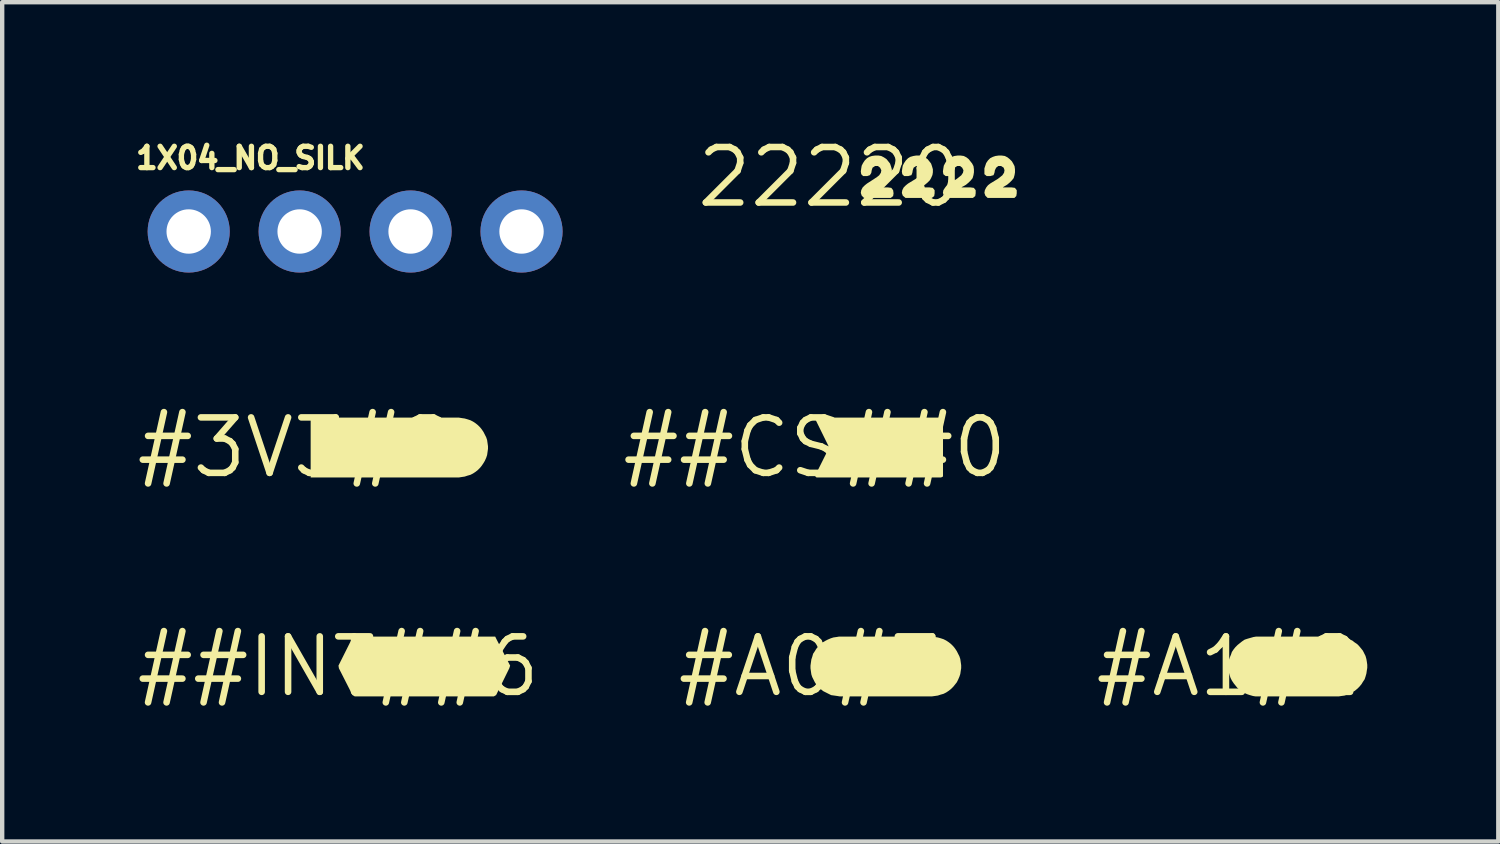
<source format=kicad_pcb>
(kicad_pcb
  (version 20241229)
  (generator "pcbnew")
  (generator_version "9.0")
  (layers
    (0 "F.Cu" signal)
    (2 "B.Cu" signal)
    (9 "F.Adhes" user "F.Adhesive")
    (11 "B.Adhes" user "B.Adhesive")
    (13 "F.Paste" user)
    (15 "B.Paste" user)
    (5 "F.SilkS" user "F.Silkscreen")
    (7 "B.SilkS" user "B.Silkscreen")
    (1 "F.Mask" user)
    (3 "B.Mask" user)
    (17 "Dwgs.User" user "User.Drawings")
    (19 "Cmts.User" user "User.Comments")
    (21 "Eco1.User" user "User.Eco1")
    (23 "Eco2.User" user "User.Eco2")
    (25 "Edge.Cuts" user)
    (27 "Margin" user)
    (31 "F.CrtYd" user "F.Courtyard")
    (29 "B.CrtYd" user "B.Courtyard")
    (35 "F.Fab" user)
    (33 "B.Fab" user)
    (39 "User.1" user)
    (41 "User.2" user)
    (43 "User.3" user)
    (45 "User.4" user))
  (footprint "##CS##0"
    (layer "F.Cu")
    (at 15.604 7.196)
    (property "Reference" "##CS##0" (at 0 0 0) (layer "F.SilkS") (effects (font (size 1.27 1.27) (thickness 0.15))))
    (fp_poly (pts (xy 2.935 -0.631) (xy 2.935 0.663) (xy 2.891 0.685) (xy 0.038 0.685) (xy 0.004 0.651) (xy 0.305 0.048) (xy 0.325 -0.01) (xy 0.026 -0.618) (xy -0.008 -0.685) (xy 2.913 -0.685)) (stroke (width 0) (type solid)) (fill yes) (layer "F.SilkS")))
  (footprint "#A1#2"
    (layer "F.Cu")
    (at 25.077 12.209)
    (property "Reference" "#A1#2" (at 0 0 0) (layer "F.SilkS") (effects (font (size 1.27 1.27) (thickness 0.15))))
    (fp_poly (pts (xy 0.559 0.675) (xy 0.489 0.655) (xy 0.428 0.635) (xy 0.358 0.604) (xy 0.307 0.574) (xy 0.247 0.534) (xy 0.196 0.483) (xy 0.156 0.433) (xy 0.116 0.383) (xy 0.076 0.323) (xy 0.045 0.262) (xy 0.025 0.201) (xy 0.005 0.131) (xy -0.005 0.06) (xy -0.005 -0.07) (xy 0.005 -0.141) (xy 0.025 -0.202) (xy 0.055 -0.272) (xy 0.075 -0.332) (xy 0.116 -0.393) (xy 0.156 -0.443) (xy 0.207 -0.494) (xy 0.257 -0.534) (xy 0.307 -0.574) (xy 0.368 -0.615) (xy 0.429 -0.635) (xy 0.499 -0.655) (xy 0.569 -0.675) (xy 0.63 -0.685) (xy 2.5 -0.685) (xy 2.571 -0.675) (xy 2.641 -0.665) (xy 2.702 -0.645) (xy 2.762 -0.625) (xy 2.833 -0.594) (xy 2.883 -0.554) (xy 2.943 -0.514) (xy 2.984 -0.473) (xy 3.034 -0.413) (xy 3.074 -0.363) (xy 3.135 -0.242) (xy 3.155 -0.171) (xy 3.165 -0.111) (xy 3.175 -0.04) (xy 3.175 0.03) (xy 3.165 0.091) (xy 3.155 0.161) (xy 3.135 0.231) (xy 3.115 0.292) (xy 3.074 0.353) (xy 3.044 0.403) (xy 2.994 0.463) (xy 2.953 0.504) (xy 2.893 0.554) (xy 2.842 0.584) (xy 2.782 0.615) (xy 2.712 0.645) (xy 2.651 0.665) (xy 2.581 0.675) (xy 2.52 0.685) (xy 0.62 0.685)) (stroke (width 0) (type solid)) (fill yes) (layer "F.SilkS")))
  (footprint "##INT##6"
    (layer "F.Cu")
    (at 4.694 12.209)
    (property "Reference" "##INT##6" (at 0 0 0) (layer "F.SilkS") (effects (font (size 1.27 1.27) (thickness 0.15))))
    (fp_poly (pts (xy 3.624 -0.622) (xy 3.935 -0.02) (xy 3.915 0.042) (xy 3.614 0.654) (xy 3.561 0.685) (xy 0.379 0.685) (xy 0.326 0.654) (xy 0.015 0.042) (xy 0.005 -0.021) (xy 0.337 -0.685) (xy 3.593 -0.685)) (stroke (width 0) (type solid)) (fill yes) (layer "F.SilkS")))
  (footprint "#A0#3"
    (layer "F.Cu")
    (at 15.51 12.209)
    (property "Reference" "#A0#3" (at 0 0 0) (layer "F.SilkS") (effects (font (size 1.27 1.27) (thickness 0.15))))
    (fp_poly (pts (xy 2.851 -0.675) (xy 2.911 -0.665) (xy 2.981 -0.645) (xy 3.042 -0.625) (xy 3.103 -0.594) (xy 3.163 -0.554) (xy 3.213 -0.514) (xy 3.264 -0.463) (xy 3.304 -0.413) (xy 3.344 -0.353) (xy 3.405 -0.232) (xy 3.425 -0.171) (xy 3.435 -0.101) (xy 3.445 -0.03) (xy 3.445 0.04) (xy 3.435 0.101) (xy 3.425 0.171) (xy 3.405 0.232) (xy 3.375 0.302) (xy 3.344 0.363) (xy 3.304 0.413) (xy 3.264 0.463) (xy 3.213 0.514) (xy 3.163 0.554) (xy 3.103 0.594) (xy 3.042 0.625) (xy 2.971 0.645) (xy 2.911 0.665) (xy 2.841 0.675) (xy 2.77 0.685) (xy 0.673 0.685) (xy 0.672 0.685) (xy 0.67 0.685) (xy 0.66 0.685) (xy 0.661 0.684) (xy 0.609 0.675) (xy 0.539 0.665) (xy 0.468 0.655) (xy 0.287 0.564) (xy 0.237 0.524) (xy 0.186 0.474) (xy 0.136 0.423) (xy 0.096 0.363) (xy 0.035 0.242) (xy 0.015 0.181) (xy 0.005 0.111) (xy -0.005 0.04) (xy -0.005 -0.02) (xy 0.005 -0.091) (xy 0.015 -0.161) (xy 0.035 -0.221) (xy 0.055 -0.292) (xy 0.096 -0.353) (xy 0.126 -0.403) (xy 0.176 -0.463) (xy 0.217 -0.504) (xy 0.277 -0.554) (xy 0.328 -0.584) (xy 0.388 -0.615) (xy 0.458 -0.645) (xy 0.519 -0.665) (xy 0.589 -0.675) (xy 0.65 -0.685) (xy 2.78 -0.685)) (stroke (width 0) (type solid)) (fill yes) (layer "F.SilkS")))
  (footprint "1X04_NO_SILK"
    (layer "F.Cu")
    (at 1.27 2.25)
    (property "Reference" "1X04_NO_SILK" (at -1.27 -1.397 0) (layer "F.SilkS") (effects (font (size 0.488 0.488) (thickness 0.122)) (justify left bottom)))
    (fp_poly (pts (xy -0.254 0.254) (xy 0.254 0.254) (xy 0.254 -0.254) (xy -0.254 -0.254)) (stroke (width 0.1) (type solid)) (fill no) (layer "F.Fab"))
    (fp_poly (pts (xy 2.286 0.254) (xy 2.794 0.254) (xy 2.794 -0.254) (xy 2.286 -0.254)) (stroke (width 0.1) (type solid)) (fill no) (layer "F.Fab"))
    (fp_poly (pts (xy 4.826 0.254) (xy 5.334 0.254) (xy 5.334 -0.254) (xy 4.826 -0.254)) (stroke (width 0.1) (type solid)) (fill no) (layer "F.Fab"))
    (fp_poly (pts (xy 7.366 0.254) (xy 7.874 0.254) (xy 7.874 -0.254) (xy 7.366 -0.254)) (stroke (width 0.1) (type solid)) (fill no) (layer "F.Fab"))
    (pad "1" thru_hole circle (at 0 0 90) (size 1.88 1.88) (drill 1.016) (layers "*.Cu" "*.Mask"))
    (pad "2" thru_hole circle (at 2.54 0 90) (size 1.88 1.88) (drill 1.016) (layers "*.Cu" "*.Mask"))
    (pad "3" thru_hole circle (at 5.08 0 90) (size 1.88 1.88) (drill 1.016) (layers "*.Cu" "*.Mask"))
    (pad "4" thru_hole circle (at 7.62 0 90) (size 1.88 1.88) (drill 1.016) (layers "*.Cu" "*.Mask")))
  (footprint "#3V3#2"
    (layer "F.Cu")
    (at 3.727 7.196)
    (property "Reference" "#3V3#2" (at 0 0 0) (layer "F.SilkS") (effects (font (size 1.27 1.27) (thickness 0.15))))
    (fp_poly (pts (xy 3.791 -0.675) (xy 3.861 -0.665) (xy 3.931 -0.645) (xy 3.992 -0.625) (xy 4.053 -0.594) (xy 4.113 -0.554) (xy 4.163 -0.514) (xy 4.214 -0.463) (xy 4.254 -0.413) (xy 4.294 -0.353) (xy 4.355 -0.232) (xy 4.375 -0.171) (xy 4.385 -0.101) (xy 4.395 -0.03) (xy 4.395 0.03) (xy 4.385 0.101) (xy 4.375 0.171) (xy 4.355 0.232) (xy 4.324 0.302) (xy 4.294 0.353) (xy 4.254 0.413) (xy 4.214 0.463) (xy 4.163 0.514) (xy 4.113 0.554) (xy 4.053 0.594) (xy 3.992 0.625) (xy 3.921 0.645) (xy 3.861 0.665) (xy 3.791 0.675) (xy 3.73 0.685) (xy 0.335 0.685) (xy 0.335 -0.685) (xy 3.73 -0.685)) (stroke (width 0) (type solid)) (fill yes) (layer "F.SilkS")))
  (footprint "22220"
    (layer "F.Cu")
    (at 15.952 1.006)
    (property "Reference" "22220" (at 0 0 0) (layer "F.SilkS") (effects (font (size 1.27 1.27) (thickness 0.15))))
    (fp_poly (pts (xy 4.002 -0.485) (xy 4.063 -0.454) (xy 4.113 -0.414) (xy 4.164 -0.363) (xy 4.194 -0.312) (xy 4.225 -0.252) (xy 4.235 -0.18) (xy 4.235 -0.11) (xy 4.225 -0.049) (xy 4.205 0.022) (xy 4.164 0.073) (xy 4.113 0.124) (xy 4.053 0.174) (xy 4.003 0.204) (xy 3.958 0.231) (xy 3.962 0.235) (xy 4.16 0.235) (xy 4.233 0.245) (xy 4.275 0.298) (xy 4.275 0.37) (xy 4.265 0.432) (xy 4.222 0.475) (xy 3.608 0.475) (xy 3.556 0.423) (xy 3.535 0.36) (xy 3.545 0.298) (xy 3.576 0.237) (xy 3.616 0.186) (xy 3.667 0.146) (xy 3.847 0.036) (xy 3.946 -0.043) (xy 3.985 -0.102) (xy 3.995 -0.16) (xy 3.976 -0.217) (xy 3.918 -0.255) (xy 3.852 -0.255) (xy 3.804 -0.217) (xy 3.775 -0.158) (xy 3.765 -0.099) (xy 3.744 -0.046) (xy 3.671 -0.025) (xy 3.588 -0.025) (xy 3.535 -0.068) (xy 3.535 -0.201) (xy 3.555 -0.262) (xy 3.575 -0.322) (xy 3.616 -0.383) (xy 3.667 -0.434) (xy 3.728 -0.465) (xy 3.789 -0.485) (xy 3.86 -0.495) (xy 3.93 -0.495)) (stroke (width 0) (type solid)) (fill yes) (layer "F.SilkS"))
    (fp_poly (pts (xy 2.112 -0.485) (xy 2.173 -0.454) (xy 2.233 -0.414) (xy 2.274 -0.363) (xy 2.314 -0.312) (xy 2.335 -0.251) (xy 2.355 -0.181) (xy 2.355 -0.11) (xy 2.345 -0.049) (xy 2.314 0.022) (xy 2.284 0.073) (xy 2.233 0.124) (xy 2.173 0.174) (xy 2.112 0.204) (xy 2.068 0.231) (xy 2.072 0.235) (xy 2.28 0.235) (xy 2.353 0.245) (xy 2.395 0.298) (xy 2.395 0.37) (xy 2.385 0.433) (xy 2.332 0.475) (xy 1.728 0.475) (xy 1.666 0.423) (xy 1.645 0.36) (xy 1.655 0.298) (xy 1.686 0.237) (xy 1.737 0.186) (xy 1.787 0.146) (xy 1.967 0.036) (xy 2.066 -0.043) (xy 2.105 -0.102) (xy 2.115 -0.159) (xy 2.086 -0.217) (xy 2.038 -0.255) (xy 1.972 -0.255) (xy 1.914 -0.217) (xy 1.895 -0.159) (xy 1.885 -0.099) (xy 1.864 -0.046) (xy 1.791 -0.025) (xy 1.698 -0.025) (xy 1.655 -0.068) (xy 1.645 -0.13) (xy 1.655 -0.201) (xy 1.665 -0.262) (xy 1.696 -0.323) (xy 1.736 -0.383) (xy 1.787 -0.434) (xy 1.838 -0.465) (xy 1.909 -0.485) (xy 1.97 -0.495) (xy 2.05 -0.495)) (stroke (width 0) (type solid)) (fill yes) (layer "F.SilkS"))
    (fp_poly (pts (xy 3.062 -0.485) (xy 3.123 -0.454) (xy 3.174 -0.414) (xy 3.214 -0.363) (xy 3.254 -0.313) (xy 3.285 -0.252) (xy 3.295 -0.18) (xy 3.295 -0.11) (xy 3.285 -0.049) (xy 3.265 0.022) (xy 3.224 0.073) (xy 3.173 0.124) (xy 3.113 0.174) (xy 3.062 0.204) (xy 3.011 0.23) (xy 3.021 0.235) (xy 3.22 0.235) (xy 3.293 0.245) (xy 3.335 0.298) (xy 3.335 0.37) (xy 3.325 0.433) (xy 3.272 0.475) (xy 2.668 0.475) (xy 2.606 0.423) (xy 2.585 0.36) (xy 2.595 0.298) (xy 2.636 0.237) (xy 2.676 0.186) (xy 2.727 0.146) (xy 2.907 0.036) (xy 3.006 -0.043) (xy 3.045 -0.102) (xy 3.055 -0.159) (xy 3.026 -0.217) (xy 2.978 -0.255) (xy 2.912 -0.255) (xy 2.854 -0.217) (xy 2.835 -0.159) (xy 2.825 -0.099) (xy 2.804 -0.046) (xy 2.731 -0.025) (xy 2.648 -0.025) (xy 2.595 -0.067) (xy 2.585 -0.13) (xy 2.595 -0.201) (xy 2.605 -0.262) (xy 2.636 -0.323) (xy 2.676 -0.383) (xy 2.727 -0.434) (xy 2.788 -0.465) (xy 2.849 -0.485) (xy 2.92 -0.495) (xy 2.99 -0.495)) (stroke (width 0) (type solid)) (fill yes) (layer "F.SilkS"))
    (fp_poly (pts (xy 1.172 -0.485) (xy 1.233 -0.454) (xy 1.293 -0.414) (xy 1.334 -0.363) (xy 1.374 -0.312) (xy 1.395 -0.251) (xy 1.415 -0.181) (xy 1.415 -0.11) (xy 1.405 -0.049) (xy 1.374 0.022) (xy 1.344 0.073) (xy 1.293 0.124) (xy 1.233 0.174) (xy 1.172 0.204) (xy 1.128 0.231) (xy 1.132 0.235) (xy 1.33 0.235) (xy 1.403 0.245) (xy 1.445 0.298) (xy 1.455 0.37) (xy 1.445 0.433) (xy 1.392 0.475) (xy 0.778 0.475) (xy 0.726 0.423) (xy 0.705 0.36) (xy 0.715 0.298) (xy 0.746 0.237) (xy 0.797 0.186) (xy 0.847 0.146) (xy 1.017 0.036) (xy 1.077 -0.004) (xy 1.126 -0.043) (xy 1.165 -0.102) (xy 1.175 -0.159) (xy 1.146 -0.217) (xy 1.098 -0.255) (xy 1.032 -0.255) (xy 0.974 -0.217) (xy 0.955 -0.159) (xy 0.945 -0.098) (xy 0.913 -0.046) (xy 0.851 -0.025) (xy 0.758 -0.025) (xy 0.715 -0.068) (xy 0.705 -0.13) (xy 0.715 -0.201) (xy 0.725 -0.262) (xy 0.756 -0.323) (xy 0.796 -0.383) (xy 0.847 -0.434) (xy 0.898 -0.465) (xy 0.959 -0.485) (xy 1.03 -0.495) (xy 1.11 -0.495)) (stroke (width 0) (type solid)) (fill yes) (layer "F.SilkS")))
  (gr_rect
    (start -3 -3)
    (end 31.252 16.215)
    (stroke (width 0.1) (type default))
    (fill no)
    (layer "Edge.Cuts")))
</source>
